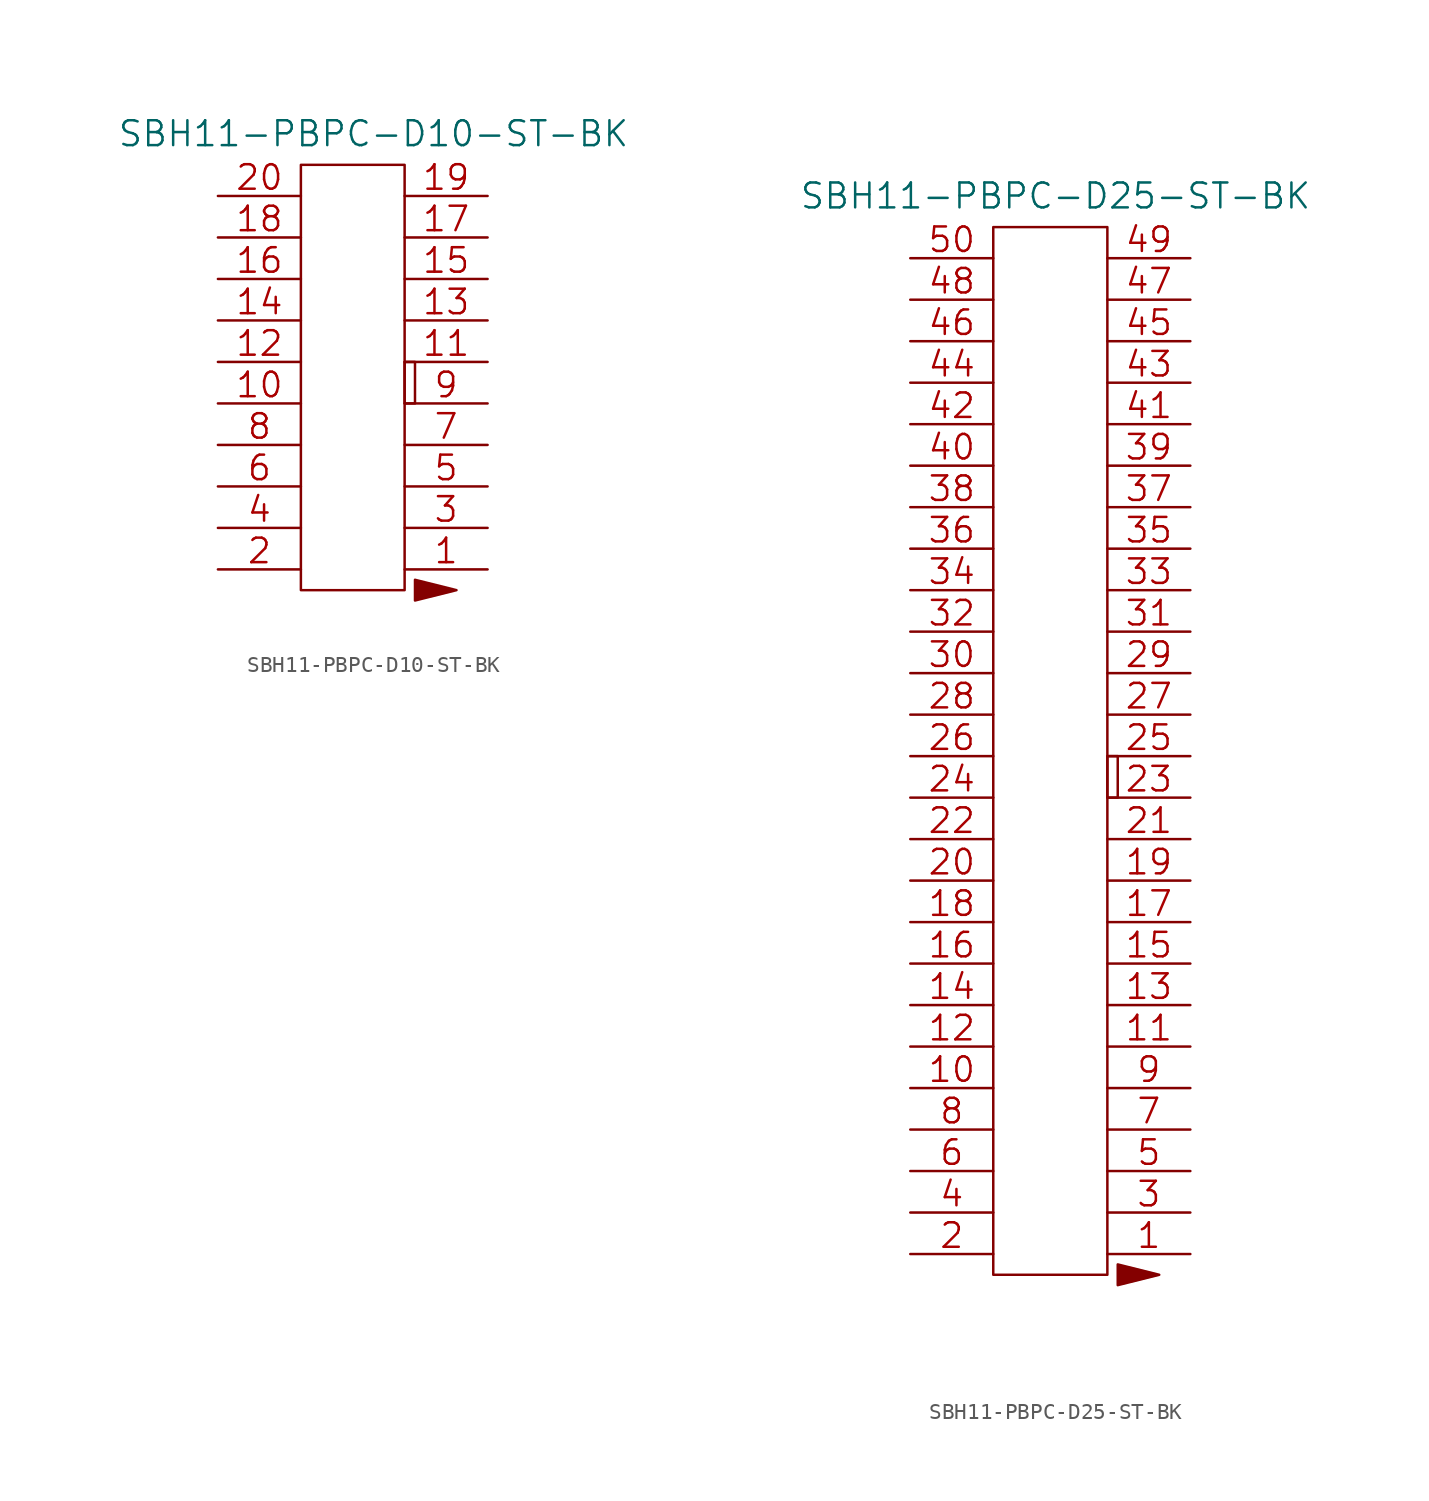
<source format=kicad_sym>
(kicad_symbol_lib
  (version 20220914)
  (generator kicad_symbol_editor)
  (symbol "SBH11-PBPC-D10-ST-BK"
    (pin_names
      (offset 0.254) hide)
    (property "Reference" "J"
      (at 8.89 6.35 0)
      (effects (font (size 1.524 1.524)) hide))
    (property "Value" "SBH11-PBPC-D10-ST-BK"
      (at 9.525 3.81 0)
      (effects (font (size 1.524 1.524))))
    (property "Datasheet" ""
      (at 0 0 0)
      (effects (font (size 1.524 1.524))))
    (property "ki_locked" ""
      (at 0 0 0)
      (effects (font (size 1.27 1.27))))
    (symbol "SBH11-PBPC-D10-ST-BK_1_1"
      (polyline (pts (xy 12.065 -23.495) (xy 14.605 -24.13) (xy 12.065 -24.765) (xy 12.065 -23.495)) (stroke (width 0) (type default)) (fill (type outline)))
      (rectangle (start 5.08 1.905) (end 11.43 -24.13) (stroke (width 0) (type default)) (fill (type none)))
      (rectangle (start 11.43 -10.16) (end 12.065 -12.7) (stroke (width 0) (type default)) (fill (type none)))
      (pin unspecified line (at 16.51 -22.86 180) (length 5.08) (name "1" (effects (font (size 1.499 1.499)))) (number "1" (effects (font (size 1.499 1.499)))))
      (pin unspecified line (at 0 -12.7 0) (length 5.08) (name "10" (effects (font (size 1.499 1.499)))) (number "10" (effects (font (size 1.499 1.499)))))
      (pin unspecified line (at 16.51 -10.16 180) (length 5.08) (name "11" (effects (font (size 1.499 1.499)))) (number "11" (effects (font (size 1.499 1.499)))))
      (pin unspecified line (at 0 -10.16 0) (length 5.08) (name "12" (effects (font (size 1.499 1.499)))) (number "12" (effects (font (size 1.499 1.499)))))
      (pin unspecified line (at 16.51 -7.62 180) (length 5.08) (name "13" (effects (font (size 1.499 1.499)))) (number "13" (effects (font (size 1.499 1.499)))))
      (pin unspecified line (at 0 -7.62 0) (length 5.08) (name "14" (effects (font (size 1.499 1.499)))) (number "14" (effects (font (size 1.499 1.499)))))
      (pin unspecified line (at 16.51 -5.08 180) (length 5.08) (name "15" (effects (font (size 1.499 1.499)))) (number "15" (effects (font (size 1.499 1.499)))))
      (pin unspecified line (at 0 -5.08 0) (length 5.08) (name "16" (effects (font (size 1.499 1.499)))) (number "16" (effects (font (size 1.499 1.499)))))
      (pin unspecified line (at 16.51 -2.54 180) (length 5.08) (name "17" (effects (font (size 1.499 1.499)))) (number "17" (effects (font (size 1.499 1.499)))))
      (pin unspecified line (at 0 -2.54 0) (length 5.08) (name "18" (effects (font (size 1.499 1.499)))) (number "18" (effects (font (size 1.499 1.499)))))
      (pin unspecified line (at 16.51 0 180) (length 5.08) (name "19" (effects (font (size 1.499 1.499)))) (number "19" (effects (font (size 1.499 1.499)))))
      (pin unspecified line (at 0 -22.86 0) (length 5.08) (name "2" (effects (font (size 1.499 1.499)))) (number "2" (effects (font (size 1.499 1.499)))))
      (pin unspecified line (at 0 0 0) (length 5.08) (name "20" (effects (font (size 1.499 1.499)))) (number "20" (effects (font (size 1.499 1.499)))))
      (pin unspecified line (at 16.51 -20.32 180) (length 5.08) (name "3" (effects (font (size 1.499 1.499)))) (number "3" (effects (font (size 1.499 1.499)))))
      (pin unspecified line (at 0 -20.32 0) (length 5.08) (name "4" (effects (font (size 1.499 1.499)))) (number "4" (effects (font (size 1.499 1.499)))))
      (pin unspecified line (at 16.51 -17.78 180) (length 5.08) (name "5" (effects (font (size 1.499 1.499)))) (number "5" (effects (font (size 1.499 1.499)))))
      (pin unspecified line (at 0 -17.78 0) (length 5.08) (name "6" (effects (font (size 1.499 1.499)))) (number "6" (effects (font (size 1.499 1.499)))))
      (pin unspecified line (at 16.51 -15.24 180) (length 5.08) (name "7" (effects (font (size 1.499 1.499)))) (number "7" (effects (font (size 1.499 1.499)))))
      (pin unspecified line (at 0 -15.24 0) (length 5.08) (name "8" (effects (font (size 1.499 1.499)))) (number "8" (effects (font (size 1.499 1.499)))))
      (pin unspecified line (at 16.51 -12.7 180) (length 5.08) (name "9" (effects (font (size 1.499 1.499)))) (number "9" (effects (font (size 1.499 1.499)))))))
  (symbol "SBH11-PBPC-D25-ST-BK"
    (pin_names
      (offset 0.254) hide)
    (property "Reference" "J"
      (at 8.89 6.35 0)
      (effects (font (size 1.524 1.524)) hide))
    (property "Value" "SBH11-PBPC-D25-ST-BK"
      (at 8.89 3.81 0)
      (effects (font (size 1.524 1.524))))
    (property "Datasheet" ""
      (at 17.145 -60.96 0)
      (effects (font (size 1.524 1.524))))
    (property "ki_locked" ""
      (at 0 0 0)
      (effects (font (size 1.27 1.27))))
    (symbol "SBH11-PBPC-D25-ST-BK_1_1"
      (polyline (pts (xy 12.7 -61.595) (xy 15.24 -62.23) (xy 12.7 -62.865) (xy 12.7 -61.595)) (stroke (width 0) (type default)) (fill (type outline)))
      (rectangle (start 5.08 1.905) (end 12.065 -62.23) (stroke (width 0) (type default)) (fill (type none)))
      (rectangle (start 12.7 -33.02) (end 12.065 -30.48) (stroke (width 0) (type default)) (fill (type none)))
      (pin unspecified line (at 17.145 -60.96 180) (length 5.08) (name "1" (effects (font (size 1.499 1.499)))) (number "1" (effects (font (size 1.499 1.499)))))
      (pin unspecified line (at 0 -50.8 0) (length 5.08) (name "10" (effects (font (size 1.499 1.499)))) (number "10" (effects (font (size 1.499 1.499)))))
      (pin unspecified line (at 17.145 -48.26 180) (length 5.08) (name "11" (effects (font (size 1.499 1.499)))) (number "11" (effects (font (size 1.499 1.499)))))
      (pin unspecified line (at 0 -48.26 0) (length 5.08) (name "12" (effects (font (size 1.499 1.499)))) (number "12" (effects (font (size 1.499 1.499)))))
      (pin unspecified line (at 17.145 -45.72 180) (length 5.08) (name "13" (effects (font (size 1.499 1.499)))) (number "13" (effects (font (size 1.499 1.499)))))
      (pin unspecified line (at 0 -45.72 0) (length 5.08) (name "14" (effects (font (size 1.499 1.499)))) (number "14" (effects (font (size 1.499 1.499)))))
      (pin unspecified line (at 17.145 -43.18 180) (length 5.08) (name "15" (effects (font (size 1.499 1.499)))) (number "15" (effects (font (size 1.499 1.499)))))
      (pin unspecified line (at 0 -43.18 0) (length 5.08) (name "16" (effects (font (size 1.499 1.499)))) (number "16" (effects (font (size 1.499 1.499)))))
      (pin unspecified line (at 17.145 -40.64 180) (length 5.08) (name "17" (effects (font (size 1.499 1.499)))) (number "17" (effects (font (size 1.499 1.499)))))
      (pin unspecified line (at 0 -40.64 0) (length 5.08) (name "18" (effects (font (size 1.499 1.499)))) (number "18" (effects (font (size 1.499 1.499)))))
      (pin unspecified line (at 17.145 -38.1 180) (length 5.08) (name "19" (effects (font (size 1.499 1.499)))) (number "19" (effects (font (size 1.499 1.499)))))
      (pin unspecified line (at 0 -60.96 0) (length 5.08) (name "2" (effects (font (size 1.499 1.499)))) (number "2" (effects (font (size 1.499 1.499)))))
      (pin unspecified line (at 0 -38.1 0) (length 5.08) (name "20" (effects (font (size 1.499 1.499)))) (number "20" (effects (font (size 1.499 1.499)))))
      (pin unspecified line (at 17.145 -35.56 180) (length 5.08) (name "21" (effects (font (size 1.499 1.499)))) (number "21" (effects (font (size 1.499 1.499)))))
      (pin unspecified line (at 0 -35.56 0) (length 5.08) (name "22" (effects (font (size 1.499 1.499)))) (number "22" (effects (font (size 1.499 1.499)))))
      (pin unspecified line (at 17.145 -33.02 180) (length 5.08) (name "23" (effects (font (size 1.499 1.499)))) (number "23" (effects (font (size 1.499 1.499)))))
      (pin unspecified line (at 0 -33.02 0) (length 5.08) (name "24" (effects (font (size 1.499 1.499)))) (number "24" (effects (font (size 1.499 1.499)))))
      (pin unspecified line (at 17.145 -30.48 180) (length 5.08) (name "25" (effects (font (size 1.499 1.499)))) (number "25" (effects (font (size 1.499 1.499)))))
      (pin unspecified line (at 0 -30.48 0) (length 5.08) (name "26" (effects (font (size 1.499 1.499)))) (number "26" (effects (font (size 1.499 1.499)))))
      (pin unspecified line (at 17.145 -27.94 180) (length 5.08) (name "27" (effects (font (size 1.499 1.499)))) (number "27" (effects (font (size 1.499 1.499)))))
      (pin unspecified line (at 0 -27.94 0) (length 5.08) (name "28" (effects (font (size 1.499 1.499)))) (number "28" (effects (font (size 1.499 1.499)))))
      (pin unspecified line (at 17.145 -25.4 180) (length 5.08) (name "29" (effects (font (size 1.499 1.499)))) (number "29" (effects (font (size 1.499 1.499)))))
      (pin unspecified line (at 17.145 -58.42 180) (length 5.08) (name "3" (effects (font (size 1.499 1.499)))) (number "3" (effects (font (size 1.499 1.499)))))
      (pin unspecified line (at 0 -25.4 0) (length 5.08) (name "30" (effects (font (size 1.499 1.499)))) (number "30" (effects (font (size 1.499 1.499)))))
      (pin unspecified line (at 17.145 -22.86 180) (length 5.08) (name "31" (effects (font (size 1.499 1.499)))) (number "31" (effects (font (size 1.499 1.499)))))
      (pin unspecified line (at 0 -22.86 0) (length 5.08) (name "32" (effects (font (size 1.499 1.499)))) (number "32" (effects (font (size 1.499 1.499)))))
      (pin unspecified line (at 17.145 -20.32 180) (length 5.08) (name "33" (effects (font (size 1.499 1.499)))) (number "33" (effects (font (size 1.499 1.499)))))
      (pin unspecified line (at 0 -20.32 0) (length 5.08) (name "34" (effects (font (size 1.499 1.499)))) (number "34" (effects (font (size 1.499 1.499)))))
      (pin unspecified line (at 17.145 -17.78 180) (length 5.08) (name "35" (effects (font (size 1.499 1.499)))) (number "35" (effects (font (size 1.499 1.499)))))
      (pin unspecified line (at 0 -17.78 0) (length 5.08) (name "36" (effects (font (size 1.499 1.499)))) (number "36" (effects (font (size 1.499 1.499)))))
      (pin unspecified line (at 17.145 -15.24 180) (length 5.08) (name "37" (effects (font (size 1.499 1.499)))) (number "37" (effects (font (size 1.499 1.499)))))
      (pin unspecified line (at 0 -15.24 0) (length 5.08) (name "38" (effects (font (size 1.499 1.499)))) (number "38" (effects (font (size 1.499 1.499)))))
      (pin unspecified line (at 17.145 -12.7 180) (length 5.08) (name "39" (effects (font (size 1.499 1.499)))) (number "39" (effects (font (size 1.499 1.499)))))
      (pin unspecified line (at 0 -58.42 0) (length 5.08) (name "4" (effects (font (size 1.499 1.499)))) (number "4" (effects (font (size 1.499 1.499)))))
      (pin unspecified line (at 0 -12.7 0) (length 5.08) (name "40" (effects (font (size 1.499 1.499)))) (number "40" (effects (font (size 1.499 1.499)))))
      (pin unspecified line (at 17.145 -10.16 180) (length 5.08) (name "41" (effects (font (size 1.499 1.499)))) (number "41" (effects (font (size 1.499 1.499)))))
      (pin unspecified line (at 0 -10.16 0) (length 5.08) (name "42" (effects (font (size 1.499 1.499)))) (number "42" (effects (font (size 1.499 1.499)))))
      (pin unspecified line (at 17.145 -7.62 180) (length 5.08) (name "43" (effects (font (size 1.499 1.499)))) (number "43" (effects (font (size 1.499 1.499)))))
      (pin unspecified line (at 0 -7.62 0) (length 5.08) (name "44" (effects (font (size 1.499 1.499)))) (number "44" (effects (font (size 1.499 1.499)))))
      (pin unspecified line (at 17.145 -5.08 180) (length 5.08) (name "45" (effects (font (size 1.499 1.499)))) (number "45" (effects (font (size 1.499 1.499)))))
      (pin unspecified line (at 0 -5.08 0) (length 5.08) (name "46" (effects (font (size 1.499 1.499)))) (number "46" (effects (font (size 1.499 1.499)))))
      (pin unspecified line (at 17.145 -2.54 180) (length 5.08) (name "47" (effects (font (size 1.499 1.499)))) (number "47" (effects (font (size 1.499 1.499)))))
      (pin unspecified line (at 0 -2.54 0) (length 5.08) (name "48" (effects (font (size 1.499 1.499)))) (number "48" (effects (font (size 1.499 1.499)))))
      (pin unspecified line (at 17.145 0 180) (length 5.08) (name "49" (effects (font (size 1.499 1.499)))) (number "49" (effects (font (size 1.499 1.499)))))
      (pin unspecified line (at 17.145 -55.88 180) (length 5.08) (name "5" (effects (font (size 1.499 1.499)))) (number "5" (effects (font (size 1.499 1.499)))))
      (pin unspecified line (at 0 0 0) (length 5.08) (name "50" (effects (font (size 1.499 1.499)))) (number "50" (effects (font (size 1.499 1.499)))))
      (pin unspecified line (at 0 -55.88 0) (length 5.08) (name "6" (effects (font (size 1.499 1.499)))) (number "6" (effects (font (size 1.499 1.499)))))
      (pin unspecified line (at 17.145 -53.34 180) (length 5.08) (name "7" (effects (font (size 1.499 1.499)))) (number "7" (effects (font (size 1.499 1.499)))))
      (pin unspecified line (at 0 -53.34 0) (length 5.08) (name "8" (effects (font (size 1.499 1.499)))) (number "8" (effects (font (size 1.499 1.499)))))
      (pin unspecified line (at 17.145 -50.8 180) (length 5.08) (name "9" (effects (font (size 1.499 1.499)))) (number "9" (effects (font (size 1.499 1.499))))))))
</source>
